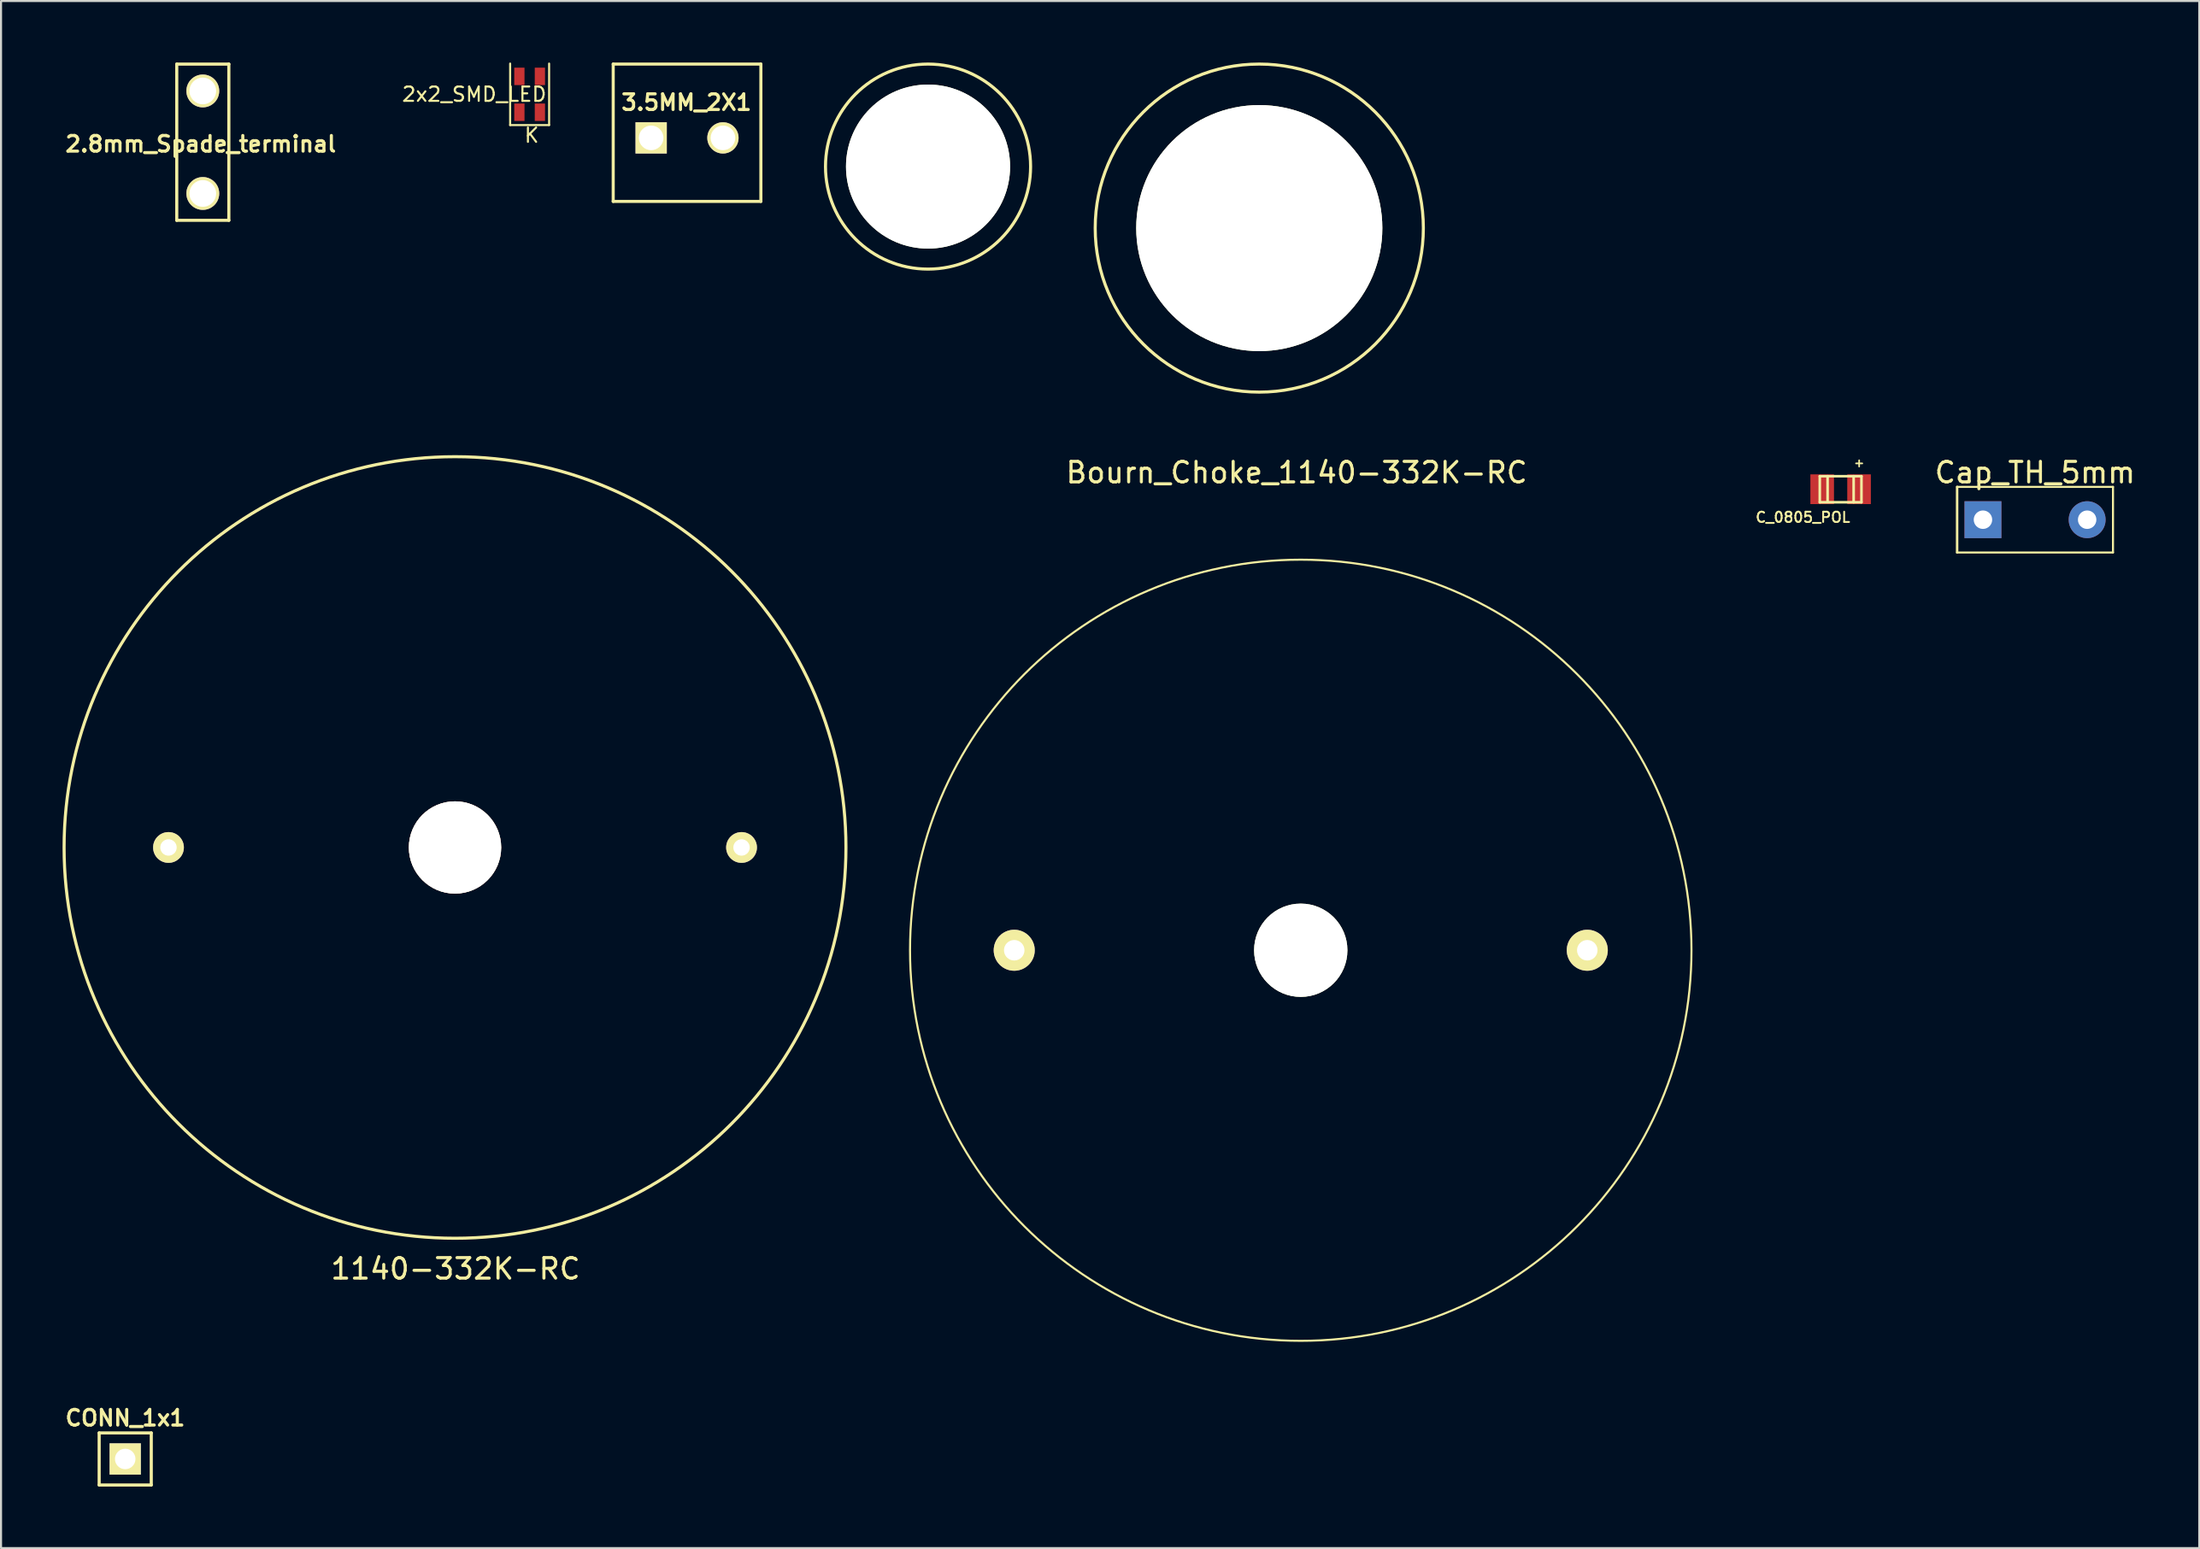
<source format=kicad_pcb>
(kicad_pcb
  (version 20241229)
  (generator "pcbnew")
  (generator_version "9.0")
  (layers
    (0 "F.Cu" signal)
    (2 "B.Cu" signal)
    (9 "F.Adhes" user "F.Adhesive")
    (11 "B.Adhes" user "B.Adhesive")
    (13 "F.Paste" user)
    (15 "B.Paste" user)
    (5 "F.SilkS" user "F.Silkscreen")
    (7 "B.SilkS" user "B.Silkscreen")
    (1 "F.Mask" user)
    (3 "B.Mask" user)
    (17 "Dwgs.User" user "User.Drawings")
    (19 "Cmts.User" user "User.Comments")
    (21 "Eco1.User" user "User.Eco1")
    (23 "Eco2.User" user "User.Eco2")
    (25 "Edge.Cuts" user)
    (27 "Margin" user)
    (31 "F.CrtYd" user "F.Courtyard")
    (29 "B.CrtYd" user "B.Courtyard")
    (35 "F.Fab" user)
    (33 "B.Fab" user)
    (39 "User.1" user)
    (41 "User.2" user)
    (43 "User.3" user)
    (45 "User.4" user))
  (footprint "2.8mm_Spade_terminal"
    (layer "F.Cu")
    (at 6.838 3.886)
    (property "Reference" "2.8mm_Spade_terminal" (at -0.1 0.09 0) (layer "F.SilkS") (effects (font (size 0.762 0.762) (thickness 0.152))))
    (attr through_hole)
    (fp_line (start -1.27 -3.81) (end -1.27 3.81) (stroke (width 0.152) (type solid)) (layer "F.SilkS"))
    (fp_line (start -1.27 3.81) (end 1.27 3.81) (stroke (width 0.152) (type solid)) (layer "F.SilkS"))
    (fp_line (start 1.27 -3.81) (end -1.27 -3.81) (stroke (width 0.152) (type solid)) (layer "F.SilkS"))
    (fp_line (start 1.27 -3.81) (end 1.27 3.81) (stroke (width 0.152) (type solid)) (layer "F.SilkS"))
    (pad "1" thru_hole circle (at 0 -2.5) (size 1.6 1.6) (drill 1.3) (layers "*.Cu" "*.Mask" "F.SilkS"))
    (pad "1" thru_hole circle (at 0 2.5) (size 1.6 1.6) (drill 1.3) (layers "*.Cu" "*.Mask" "F.SilkS")))
  (footprint "Bourn_Choke_1140-332K-RC"
    (layer "F.Cu")
    (at 60.37 43.298)
    (property "Reference" "Bourn_Choke_1140-332K-RC" (at -0.2 -23.3 0) (layer "F.SilkS") (effects (font (size 1 1) (thickness 0.15))))
    (attr through_hole)
    (fp_circle (center 0 0) (end 19.05 0) (stroke (width 0.1) (type solid)) (fill no) (layer "F.SilkS"))
    (pad "" np_thru_hole circle (at 0 0) (size 4.55 4.55) (drill 4.55) (layers "*.Cu" "*.Mask" "F.SilkS"))
    (pad "1" thru_hole circle (at 13.97 0) (size 2 2) (drill 1) (layers "*.Cu" "*.Mask" "F.SilkS"))
    (pad "2" thru_hole circle (at -13.97 0) (size 2 2) (drill 1) (layers "*.Cu" "*.Mask" "F.SilkS")))
  (footprint "1140-332K-RC"
    (layer "F.Cu")
    (at 19.135 38.285)
    (property "Reference" "1140-332K-RC" (at 0.025 20.55 0) (layer "F.SilkS") (effects (font (size 1 1) (thickness 0.15))))
    (attr through_hole)
    (fp_circle (center 0 0) (end 19.06 0) (stroke (width 0.15) (type solid)) (fill no) (layer "F.SilkS"))
    (pad "" np_thru_hole circle (at 0 0) (size 4.5 4.5) (drill 4.5) (layers "*.Cu" "*.SilkS"))
    (pad "1" thru_hole circle (at -13.97 0) (size 1.5 1.5) (drill 0.8) (layers "*.Cu" "*.Mask" "F.SilkS"))
    (pad "2" thru_hole circle (at 13.97 0) (size 1.5 1.5) (drill 0.8) (layers "*.Cu" "*.Mask" "F.SilkS")))
  (footprint "8mmHole"
    (layer "F.Cu")
    (at 42.198 5.075)
    (property "Reference" "8mmHole" (at 0 0.5 0) (layer "F.SilkS") (effects (font (size 1 1) (thickness 0.15))))
    (attr through_hole)
    (fp_circle (center 0 0) (end 5 0) (stroke (width 0.15) (type solid)) (fill no) (layer "F.SilkS"))
    (pad "" np_thru_hole circle (at 0 0) (size 8 8) (drill 8) (layers "*.Cu" "*.Mask" "F.SilkS")))
  (footprint "2x2_SMD_LED"
    (layer "F.Cu")
    (at 22.773 1.55)
    (property "Reference" "2x2_SMD_LED" (at -2.7 0 0) (layer "F.SilkS") (effects (font (size 0.7 0.7) (thickness 0.1))))
    (attr through_hole)
    (fp_line (start -0.95 -1.5) (end -0.95 1.5) (stroke (width 0.1) (type solid)) (layer "F.SilkS"))
    (fp_line (start -0.95 1.5) (end 0.95 1.5) (stroke (width 0.1) (type solid)) (layer "F.SilkS"))
    (fp_line (start 0.95 1.5) (end 0.95 -1.5) (stroke (width 0.1) (type solid)) (layer "F.SilkS"))
    (fp_text user "K" (at 0.1 2 0) (layer "F.SilkS") (effects (font (size 0.7 0.7) (thickness 0.1))))
    (pad "1" smd rect (at -0.5 -0.875) (size 0.5 0.85) (layers "F.Cu" "F.Mask" "F.Paste"))
    (pad "2" smd rect (at -0.5 0.875) (size 0.5 0.85) (layers "F.Cu" "F.Mask" "F.Paste"))
    (pad "3" smd rect (at 0.5 -0.875) (size 0.5 0.85) (layers "F.Cu" "F.Mask" "F.Paste"))
    (pad "4" smd rect (at 0.5 0.875) (size 0.5 0.85) (layers "F.Cu" "F.Mask" "F.Paste")))
  (footprint "Cap_TH_5mm"
    (layer "F.Cu")
    (at 96.172 22.298)
    (property "Reference" "Cap_TH_5mm" (at 0 -2.3 0) (layer "F.SilkS") (effects (font (size 1 1) (thickness 0.15))))
    (attr through_hole)
    (fp_line (start -3.8 -1.6) (end -3.8 1.6) (stroke (width 0.12) (type solid)) (layer "F.SilkS"))
    (fp_line (start -3.8 1.6) (end 3.8 1.6) (stroke (width 0.1) (type solid)) (layer "F.SilkS"))
    (fp_line (start 3.8 -1.6) (end -3.8 -1.6) (stroke (width 0.1) (type solid)) (layer "F.SilkS"))
    (fp_line (start 3.8 -1.6) (end 3.8 1.6) (stroke (width 0.1) (type solid)) (layer "F.SilkS"))
    (pad "1" thru_hole rect (at -2.54 0) (size 1.8 1.8) (drill 0.9) (layers "*.Cu" "*.Mask"))
    (pad "2" thru_hole circle (at 2.54 0) (size 1.8 1.8) (drill 0.9) (layers "*.Cu" "*.Mask")))
  (footprint "3.5MM_2X1"
    (layer "F.Cu")
    (at 30.448 3.675)
    (property "Reference" "3.5MM_2X1" (at -0.03 -1.73 0) (layer "F.SilkS") (effects (font (size 0.762 0.762) (thickness 0.152))))
    (attr through_hole)
    (fp_line (start -3.6 -3.6) (end 3.6 -3.6) (stroke (width 0.15) (type solid)) (layer "F.SilkS"))
    (fp_line (start -3.6 3.099) (end -3.6 -3.6) (stroke (width 0.15) (type solid)) (layer "F.SilkS"))
    (fp_line (start 3.6 -3.6) (end 3.6 3.099) (stroke (width 0.15) (type solid)) (layer "F.SilkS"))
    (fp_line (start 3.6 3.099) (end -3.6 3.099) (stroke (width 0.15) (type solid)) (layer "F.SilkS"))
    (pad "1" thru_hole rect (at -1.75 0) (size 1.524 1.524) (drill 1.199) (layers "*.Cu" "*.Mask" "F.SilkS"))
    (pad "2" thru_hole circle (at 1.75 0) (size 1.524 1.524) (drill 1.199) (layers "*.Cu" "*.Mask" "F.SilkS")))
  (footprint "CONN_1x1"
    (layer "F.Cu")
    (at 3.055 68.11)
    (property "Reference" "CONN_1x1" (at 0 -1.999 0) (layer "F.SilkS") (effects (font (size 0.762 0.762) (thickness 0.152))))
    (attr through_hole)
    (fp_line (start -1.27 -1.27) (end -1.27 1.27) (stroke (width 0.152) (type solid)) (layer "F.SilkS"))
    (fp_line (start -1.27 1.27) (end 1.27 1.27) (stroke (width 0.152) (type solid)) (layer "F.SilkS"))
    (fp_line (start 1.27 -1.27) (end -1.27 -1.27) (stroke (width 0.152) (type solid)) (layer "F.SilkS"))
    (fp_line (start 1.27 -1.27) (end 1.27 1.27) (stroke (width 0.152) (type solid)) (layer "F.SilkS"))
    (pad "1" thru_hole rect (at 0 0) (size 1.524 1.524) (drill 1) (layers "*.Cu" "*.Mask" "F.SilkS")))
  (footprint "C_0805_POL"
    (layer "F.Cu")
    (at 86.692 20.812)
    (property "Reference" "C_0805_POL" (at -1.839 1.369 0) (layer "F.SilkS") (effects (font (size 0.5 0.5) (thickness 0.09))))
    (attr smd)
    (fp_line (start -1.016 -0.635) (end 1.016 -0.635) (stroke (width 0.127) (type solid)) (layer "F.SilkS"))
    (fp_line (start -1.016 0.635) (end -1.016 -0.635) (stroke (width 0.127) (type solid)) (layer "F.SilkS"))
    (fp_line (start -0.635 -0.635) (end -0.635 0.61) (stroke (width 0.127) (type solid)) (layer "F.SilkS"))
    (fp_line (start 0.635 -0.635) (end 0.635 0.635) (stroke (width 0.127) (type solid)) (layer "F.SilkS"))
    (fp_line (start 1.016 -0.635) (end 1.016 0.635) (stroke (width 0.127) (type solid)) (layer "F.SilkS"))
    (fp_line (start 1.016 0.635) (end -1.016 0.635) (stroke (width 0.127) (type solid)) (layer "F.SilkS"))
    (fp_text user "+" (at 0.904 -1.288 0) (layer "F.SilkS") (effects (font (size 0.4 0.4) (thickness 0.08))))
    (pad "1" smd rect (at 0.899 0) (size 1.151 1.45) (layers "F.Cu" "F.Mask" "F.Paste"))
    (pad "2" smd rect (at -0.899 0) (size 1.151 1.45) (layers "F.Cu" "F.Mask" "F.Paste")))
  (footprint "12mmHole"
    (layer "F.Cu")
    (at 58.348 8.075)
    (property "Reference" "12mmHole" (at 0 0.5 0) (layer "F.SilkS") (effects (font (size 1 1) (thickness 0.15))))
    (attr through_hole)
    (fp_circle (center 0 0) (end 8 0) (stroke (width 0.15) (type solid)) (fill no) (layer "F.SilkS"))
    (pad "" np_thru_hole circle (at 0 0) (size 12 12) (drill 12) (layers "*.Cu" "*.Mask" "F.SilkS")))
  (gr_rect
    (start -3 -3)
    (end 104.178 72.457)
    (stroke (width 0.1) (type default))
    (fill no)
    (layer "Edge.Cuts")))
</source>
